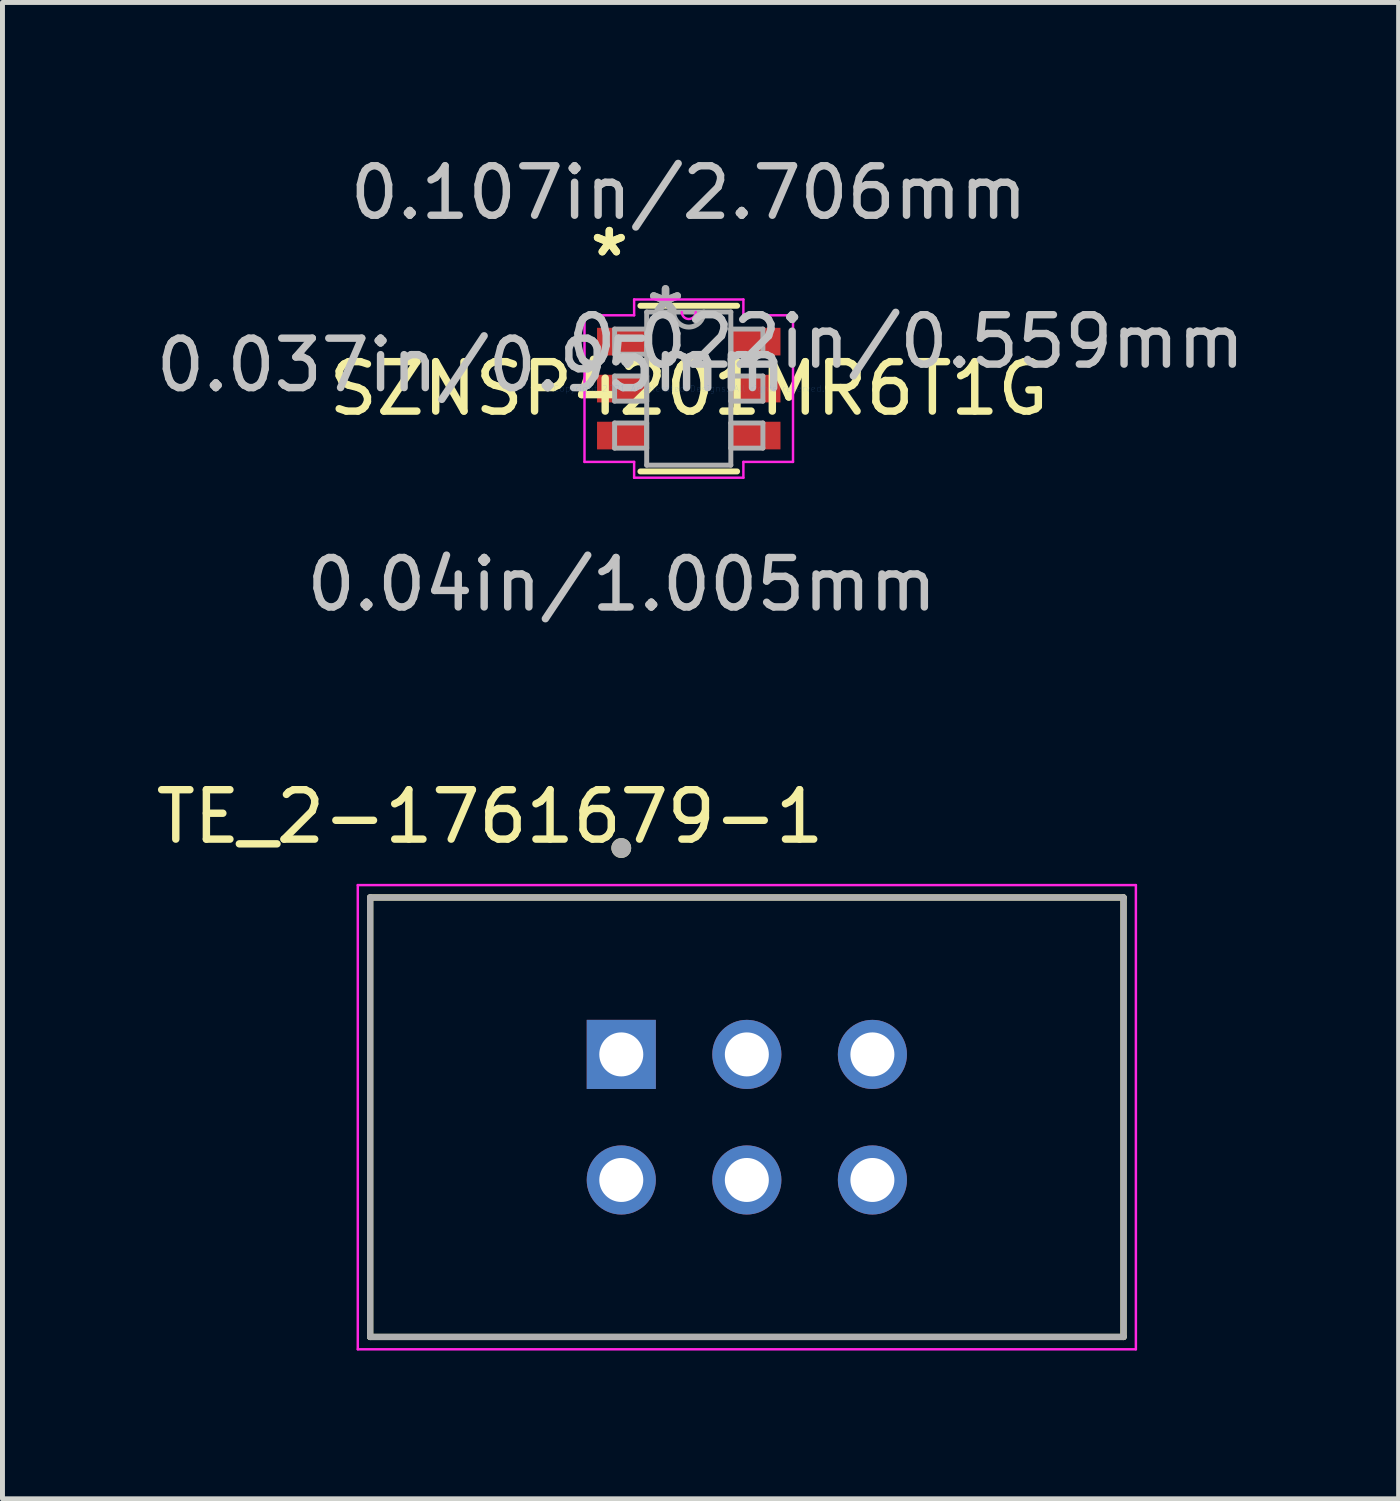
<source format=kicad_pcb>
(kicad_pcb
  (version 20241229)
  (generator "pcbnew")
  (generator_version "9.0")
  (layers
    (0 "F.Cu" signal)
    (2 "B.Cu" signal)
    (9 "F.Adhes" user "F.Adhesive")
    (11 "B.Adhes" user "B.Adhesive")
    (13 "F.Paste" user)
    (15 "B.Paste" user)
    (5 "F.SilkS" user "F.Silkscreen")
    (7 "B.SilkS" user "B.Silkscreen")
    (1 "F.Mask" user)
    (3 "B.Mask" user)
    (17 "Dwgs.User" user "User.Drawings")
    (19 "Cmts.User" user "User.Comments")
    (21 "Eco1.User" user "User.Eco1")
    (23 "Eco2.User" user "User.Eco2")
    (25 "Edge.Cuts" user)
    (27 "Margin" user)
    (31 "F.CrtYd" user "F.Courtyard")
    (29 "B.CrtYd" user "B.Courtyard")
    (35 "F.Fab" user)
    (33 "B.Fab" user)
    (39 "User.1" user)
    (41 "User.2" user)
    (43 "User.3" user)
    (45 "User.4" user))
  (footprint "SZNSP4201MR6T1G"
    (layer "F.Cu")
    (at 10.883 4.811)
    (property "Reference" "SZNSP4201MR6T1G" (at 0 0 0) (layer "F.SilkS") (effects (font (size 1 1) (thickness 0.15))))
    (attr through_hole)
    (fp_line (start -0.978 1.676) (end 0.978 1.676) (stroke (width 0.12) (type solid)) (layer "F.SilkS"))
    (fp_line (start 0.978 -1.676) (end -0.978 -1.676) (stroke (width 0.12) (type solid)) (layer "F.SilkS"))
    (fp_line (start -2.109 -1.483) (end -1.105 -1.483) (stroke (width 0.05) (type solid)) (layer "F.CrtYd"))
    (fp_line (start -2.109 1.483) (end -2.109 -1.483) (stroke (width 0.05) (type solid)) (layer "F.CrtYd"))
    (fp_line (start -1.105 -1.803) (end 1.105 -1.803) (stroke (width 0.05) (type solid)) (layer "F.CrtYd"))
    (fp_line (start -1.105 -1.483) (end -1.105 -1.803) (stroke (width 0.05) (type solid)) (layer "F.CrtYd"))
    (fp_line (start -1.105 1.483) (end -2.109 1.483) (stroke (width 0.05) (type solid)) (layer "F.CrtYd"))
    (fp_line (start -1.105 1.803) (end -1.105 1.483) (stroke (width 0.05) (type solid)) (layer "F.CrtYd"))
    (fp_line (start 1.105 -1.803) (end 1.105 -1.483) (stroke (width 0.05) (type solid)) (layer "F.CrtYd"))
    (fp_line (start 1.105 -1.483) (end 2.109 -1.483) (stroke (width 0.05) (type solid)) (layer "F.CrtYd"))
    (fp_line (start 1.105 1.483) (end 1.105 1.803) (stroke (width 0.05) (type solid)) (layer "F.CrtYd"))
    (fp_line (start 1.105 1.803) (end -1.105 1.803) (stroke (width 0.05) (type solid)) (layer "F.CrtYd"))
    (fp_line (start 2.109 -1.483) (end 2.109 1.483) (stroke (width 0.05) (type solid)) (layer "F.CrtYd"))
    (fp_line (start 2.109 1.483) (end 1.105 1.483) (stroke (width 0.05) (type solid)) (layer "F.CrtYd"))
    (fp_arc (start 0.141817 -1.5494) (mid 0 -1.407583) (end -0.141817 -1.5494) (stroke (width 0.05) (type solid)) (layer "F.CrtYd"))
    (fp_line (start -1.5 -1.204) (end -1.5 -0.696) (stroke (width 0.1) (type solid)) (layer "F.Fab"))
    (fp_line (start -1.5 -0.696) (end -0.851 -0.696) (stroke (width 0.1) (type solid)) (layer "F.Fab"))
    (fp_line (start -1.5 -0.254) (end -1.5 0.254) (stroke (width 0.1) (type solid)) (layer "F.Fab"))
    (fp_line (start -1.5 0.254) (end -0.851 0.254) (stroke (width 0.1) (type solid)) (layer "F.Fab"))
    (fp_line (start -1.5 0.696) (end -1.5 1.204) (stroke (width 0.1) (type solid)) (layer "F.Fab"))
    (fp_line (start -1.5 1.204) (end -0.851 1.204) (stroke (width 0.1) (type solid)) (layer "F.Fab"))
    (fp_line (start -0.851 -1.549) (end -0.851 1.549) (stroke (width 0.1) (type solid)) (layer "F.Fab"))
    (fp_line (start -0.851 -1.204) (end -1.5 -1.204) (stroke (width 0.1) (type solid)) (layer "F.Fab"))
    (fp_line (start -0.851 -0.696) (end -0.851 -1.204) (stroke (width 0.1) (type solid)) (layer "F.Fab"))
    (fp_line (start -0.851 -0.254) (end -1.5 -0.254) (stroke (width 0.1) (type solid)) (layer "F.Fab"))
    (fp_line (start -0.851 0.254) (end -0.851 -0.254) (stroke (width 0.1) (type solid)) (layer "F.Fab"))
    (fp_line (start -0.851 0.696) (end -1.5 0.696) (stroke (width 0.1) (type solid)) (layer "F.Fab"))
    (fp_line (start -0.851 1.204) (end -0.851 0.696) (stroke (width 0.1) (type solid)) (layer "F.Fab"))
    (fp_line (start -0.851 1.549) (end 0.851 1.549) (stroke (width 0.1) (type solid)) (layer "F.Fab"))
    (fp_line (start 0.851 -1.549) (end -0.851 -1.549) (stroke (width 0.1) (type solid)) (layer "F.Fab"))
    (fp_line (start 0.851 -1.204) (end 0.851 -0.696) (stroke (width 0.1) (type solid)) (layer "F.Fab"))
    (fp_line (start 0.851 -0.696) (end 1.5 -0.696) (stroke (width 0.1) (type solid)) (layer "F.Fab"))
    (fp_line (start 0.851 -0.254) (end 0.851 0.254) (stroke (width 0.1) (type solid)) (layer "F.Fab"))
    (fp_line (start 0.851 0.254) (end 1.5 0.254) (stroke (width 0.1) (type solid)) (layer "F.Fab"))
    (fp_line (start 0.851 0.696) (end 0.851 1.204) (stroke (width 0.1) (type solid)) (layer "F.Fab"))
    (fp_line (start 0.851 1.204) (end 1.5 1.204) (stroke (width 0.1) (type solid)) (layer "F.Fab"))
    (fp_line (start 0.851 1.549) (end 0.851 -1.549) (stroke (width 0.1) (type solid)) (layer "F.Fab"))
    (fp_line (start 1.5 -1.204) (end 0.851 -1.204) (stroke (width 0.1) (type solid)) (layer "F.Fab"))
    (fp_line (start 1.5 -0.696) (end 1.5 -1.204) (stroke (width 0.1) (type solid)) (layer "F.Fab"))
    (fp_line (start 1.5 -0.254) (end 0.851 -0.254) (stroke (width 0.1) (type solid)) (layer "F.Fab"))
    (fp_line (start 1.5 0.254) (end 1.5 -0.254) (stroke (width 0.1) (type solid)) (layer "F.Fab"))
    (fp_line (start 1.5 0.696) (end 0.851 0.696) (stroke (width 0.1) (type solid)) (layer "F.Fab"))
    (fp_line (start 1.5 1.204) (end 1.5 0.696) (stroke (width 0.1) (type solid)) (layer "F.Fab"))
    (fp_arc (start 0.3048 -1.5494) (mid 0 -1.2446) (end -0.3048 -1.5494) (stroke (width 0.1) (type solid)) (layer "F.Fab"))
    (fp_text user "*" (at -1.607 -2.652 0) (layer "F.SilkS") (effects (font (size 1 1) (thickness 0.15))))
    (fp_text user "*" (at -1.607 -2.652 0) (layer "F.SilkS") (effects (font (size 1 1) (thickness 0.15))))
    (fp_text user "0.107in/2.706mm" (at 0 -3.962 0) (layer "Dwgs.User") (effects (font (size 1 1) (thickness 0.15))))
    (fp_text user "0.022in/0.559mm" (at 4.401 -0.95 0) (layer "Dwgs.User") (effects (font (size 1 1) (thickness 0.15))))
    (fp_text user "0.037in/0.95mm" (at -4.401 -0.475 0) (layer "Dwgs.User") (effects (font (size 1 1) (thickness 0.15))))
    (fp_text user "0.04in/1.005mm" (at -1.353 3.962 0) (layer "Dwgs.User") (effects (font (size 1 1) (thickness 0.15))))
    (fp_text user "Copyright 2021 Accelerated Designs. All rights reserved." (at 0 0 0) (layer "Cmts.User") (effects (font (size 0.127 0.127) (thickness 0.002))))
    (fp_text user "*" (at -0.47 -1.473 0) (layer "F.Fab") (effects (font (size 1 1) (thickness 0.15))))
    (fp_text user "*" (at -0.47 -1.473 0) (layer "F.Fab") (effects (font (size 1 1) (thickness 0.15))))
    (pad "1" smd rect (at -1.353 -0.95) (size 1.005 0.559) (layers "F.Cu" "F.Mask" "F.Paste"))
    (pad "2" smd rect (at -1.353 0) (size 1.005 0.559) (layers "F.Cu" "F.Mask" "F.Paste"))
    (pad "3" smd rect (at -1.353 0.95) (size 1.005 0.559) (layers "F.Cu" "F.Mask" "F.Paste"))
    (pad "4" smd rect (at 1.353 0.95) (size 1.005 0.559) (layers "F.Cu" "F.Mask" "F.Paste"))
    (pad "5" smd rect (at 1.353 0) (size 1.005 0.559) (layers "F.Cu" "F.Mask" "F.Paste"))
    (pad "6" smd rect (at 1.353 -0.95) (size 1.005 0.559) (layers "F.Cu" "F.Mask" "F.Paste")))
  (footprint "TE_2-1761679-1"
    (layer "F.Cu")
    (at 12.058 19.55)
    (property "Reference" "TE_2-1761679-1" (at -5.195 -6.08 0) (layer "F.SilkS") (effects (font (size 1 1) (thickness 0.15))))
    (attr through_hole)
    (fp_line (start -7.62 -4.445) (end 7.62 -4.445) (stroke (width 0.127) (type solid)) (layer "F.SilkS"))
    (fp_line (start -7.62 4.445) (end -7.62 -4.445) (stroke (width 0.127) (type solid)) (layer "F.SilkS"))
    (fp_line (start 7.62 -4.445) (end 7.62 4.445) (stroke (width 0.127) (type solid)) (layer "F.SilkS"))
    (fp_line (start 7.62 4.445) (end -7.62 4.445) (stroke (width 0.127) (type solid)) (layer "F.SilkS"))
    (fp_circle (center -2.54 -5.445) (end -2.44 -5.445) (stroke (width 0.2) (type solid)) (fill no) (layer "F.SilkS"))
    (fp_line (start -7.87 -4.695) (end 7.87 -4.695) (stroke (width 0.05) (type solid)) (layer "F.CrtYd"))
    (fp_line (start -7.87 4.695) (end -7.87 -4.695) (stroke (width 0.05) (type solid)) (layer "F.CrtYd"))
    (fp_line (start 7.87 -4.695) (end 7.87 4.695) (stroke (width 0.05) (type solid)) (layer "F.CrtYd"))
    (fp_line (start 7.87 4.695) (end -7.87 4.695) (stroke (width 0.05) (type solid)) (layer "F.CrtYd"))
    (fp_line (start -7.62 -4.445) (end 7.62 -4.445) (stroke (width 0.127) (type solid)) (layer "F.Fab"))
    (fp_line (start -7.62 4.445) (end -7.62 -4.445) (stroke (width 0.127) (type solid)) (layer "F.Fab"))
    (fp_line (start 7.62 -4.445) (end 7.62 4.445) (stroke (width 0.127) (type solid)) (layer "F.Fab"))
    (fp_line (start 7.62 4.445) (end -7.62 4.445) (stroke (width 0.127) (type solid)) (layer "F.Fab"))
    (fp_circle (center -2.54 -5.445) (end -2.44 -5.445) (stroke (width 0.2) (type solid)) (fill no) (layer "F.Fab"))
    (pad "1" thru_hole rect (at -2.54 -1.27) (size 1.398 1.398) (drill 0.89) (layers "*.Cu" "*.Mask"))
    (pad "2" thru_hole circle (at 0 -1.27) (size 1.398 1.398) (drill 0.89) (layers "*.Cu" "*.Mask"))
    (pad "3" thru_hole circle (at 2.54 -1.27) (size 1.398 1.398) (drill 0.89) (layers "*.Cu" "*.Mask"))
    (pad "4" thru_hole circle (at -2.54 1.27) (size 1.398 1.398) (drill 0.89) (layers "*.Cu" "*.Mask"))
    (pad "5" thru_hole circle (at 0 1.27) (size 1.398 1.398) (drill 0.89) (layers "*.Cu" "*.Mask"))
    (pad "6" thru_hole circle (at 2.54 1.27) (size 1.398 1.398) (drill 0.89) (layers "*.Cu" "*.Mask")))
  (gr_rect
    (start -3 -3)
    (end 25.243 27.27)
    (stroke (width 0.1) (type default))
    (fill no)
    (layer "Edge.Cuts")))
</source>
